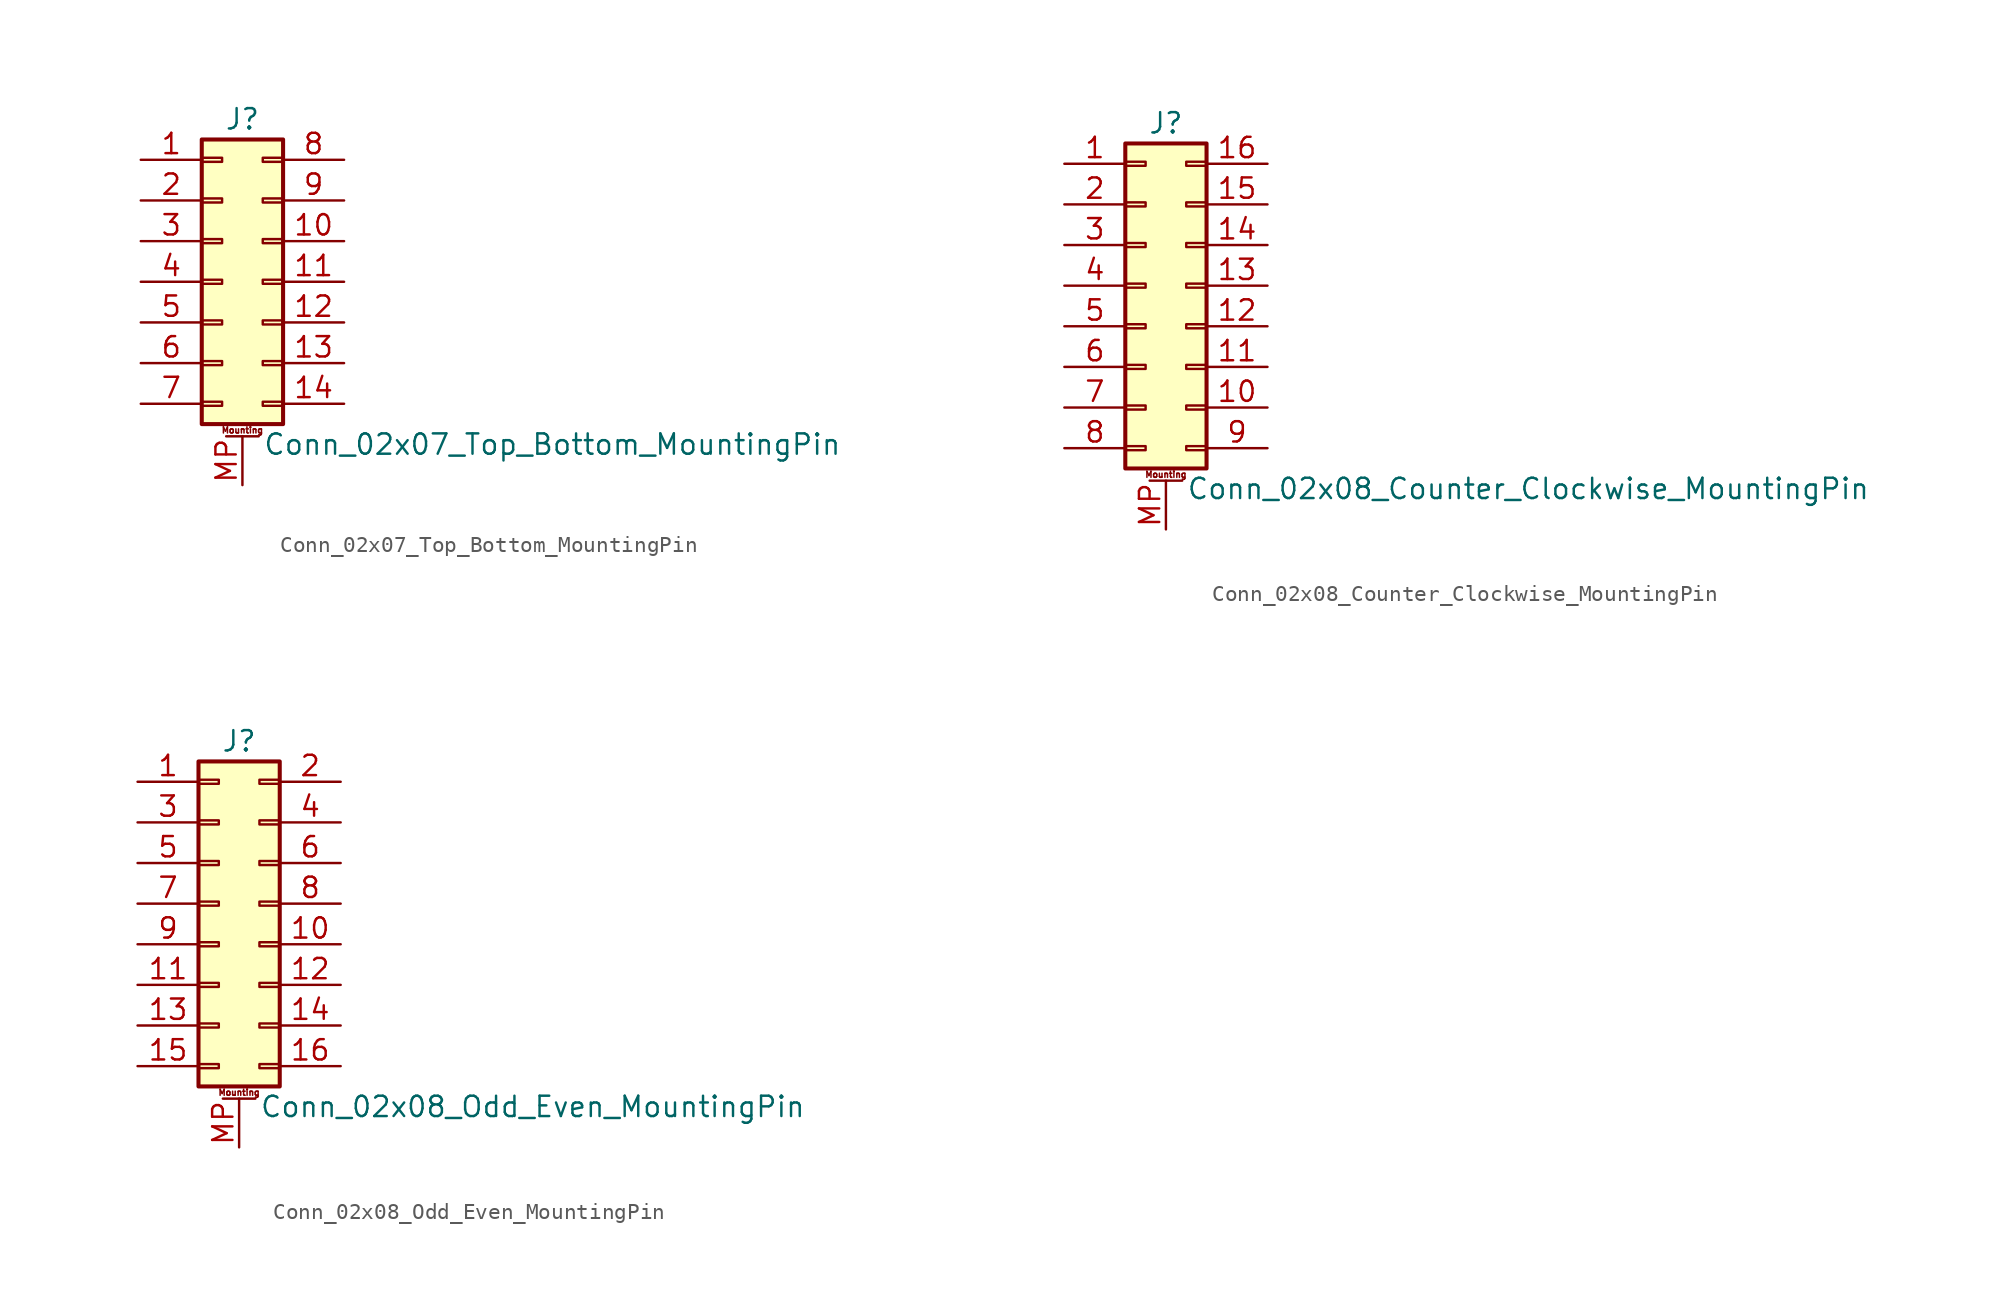
<source format=kicad_sym>
(kicad_symbol_lib
  (version 20201005)
  (generator kicad_symbol_editor)
  (symbol "Connector_Generic_MountingPin:Conn_02x07_Top_Bottom_MountingPin"
    (pin_names
      (offset 1.016) hide)
    (property "Reference" "J"
      (at 1.27 10.16 0)
      (effects (font (size 1.27 1.27))))
    (property "Value" "Conn_02x07_Top_Bottom_MountingPin"
      (at 2.54 -10.16 0)
      (effects (font (size 1.27 1.27)) (justify left)))
    (symbol "Conn_02x07_Top_Bottom_MountingPin_1_1"
      (text "Mounting" (at 1.27 -9.271 0) (effects (font (size 0.381 0.381))))
      (rectangle (start -1.27 -4.953) (end 0 -5.207) (stroke (width 0.152)) (fill (type none)))
      (rectangle (start -1.27 -7.493) (end 0 -7.747) (stroke (width 0.152)) (fill (type none)))
      (rectangle (start -1.27 -2.413) (end 0 -2.667) (stroke (width 0.152)) (fill (type none)))
      (rectangle (start -1.27 2.667) (end 0 2.413) (stroke (width 0.152)) (fill (type none)))
      (rectangle (start -1.27 5.207) (end 0 4.953) (stroke (width 0.152)) (fill (type none)))
      (rectangle (start -1.27 7.747) (end 0 7.493) (stroke (width 0.152)) (fill (type none)))
      (rectangle (start -1.27 8.89) (end 3.81 -8.89) (stroke (width 0.254)) (fill (type background)))
      (rectangle (start -1.27 0.127) (end 0 -0.127) (stroke (width 0.152)) (fill (type none)))
      (rectangle (start 3.81 -4.953) (end 2.54 -5.207) (stroke (width 0.152)) (fill (type none)))
      (rectangle (start 3.81 -7.493) (end 2.54 -7.747) (stroke (width 0.152)) (fill (type none)))
      (rectangle (start 3.81 -2.413) (end 2.54 -2.667) (stroke (width 0.152)) (fill (type none)))
      (rectangle (start 3.81 2.667) (end 2.54 2.413) (stroke (width 0.152)) (fill (type none)))
      (rectangle (start 3.81 5.207) (end 2.54 4.953) (stroke (width 0.152)) (fill (type none)))
      (rectangle (start 3.81 7.747) (end 2.54 7.493) (stroke (width 0.152)) (fill (type none)))
      (rectangle (start 3.81 0.127) (end 2.54 -0.127) (stroke (width 0.152)) (fill (type none)))
      (polyline (pts (xy 0.254 -9.652) (xy 2.286 -9.652)) (stroke (width 0.152)) (fill (type none)))
      (pin passive line (at 1.27 -12.7 90) (length 3.048) (name "MountPin" (effects (font (size 1.27 1.27)))) (number "MP" (effects (font (size 1.27 1.27)))))
      (pin passive line (at -5.08 7.62 0) (length 3.81) (name "Pin_1" (effects (font (size 1.27 1.27)))) (number "1" (effects (font (size 1.27 1.27)))))
      (pin passive line (at 7.62 2.54 180) (length 3.81) (name "Pin_10" (effects (font (size 1.27 1.27)))) (number "10" (effects (font (size 1.27 1.27)))))
      (pin passive line (at 7.62 0 180) (length 3.81) (name "Pin_11" (effects (font (size 1.27 1.27)))) (number "11" (effects (font (size 1.27 1.27)))))
      (pin passive line (at 7.62 -2.54 180) (length 3.81) (name "Pin_12" (effects (font (size 1.27 1.27)))) (number "12" (effects (font (size 1.27 1.27)))))
      (pin passive line (at 7.62 -5.08 180) (length 3.81) (name "Pin_13" (effects (font (size 1.27 1.27)))) (number "13" (effects (font (size 1.27 1.27)))))
      (pin passive line (at 7.62 -7.62 180) (length 3.81) (name "Pin_14" (effects (font (size 1.27 1.27)))) (number "14" (effects (font (size 1.27 1.27)))))
      (pin passive line (at -5.08 5.08 0) (length 3.81) (name "Pin_2" (effects (font (size 1.27 1.27)))) (number "2" (effects (font (size 1.27 1.27)))))
      (pin passive line (at -5.08 2.54 0) (length 3.81) (name "Pin_3" (effects (font (size 1.27 1.27)))) (number "3" (effects (font (size 1.27 1.27)))))
      (pin passive line (at -5.08 0 0) (length 3.81) (name "Pin_4" (effects (font (size 1.27 1.27)))) (number "4" (effects (font (size 1.27 1.27)))))
      (pin passive line (at -5.08 -2.54 0) (length 3.81) (name "Pin_5" (effects (font (size 1.27 1.27)))) (number "5" (effects (font (size 1.27 1.27)))))
      (pin passive line (at -5.08 -5.08 0) (length 3.81) (name "Pin_6" (effects (font (size 1.27 1.27)))) (number "6" (effects (font (size 1.27 1.27)))))
      (pin passive line (at -5.08 -7.62 0) (length 3.81) (name "Pin_7" (effects (font (size 1.27 1.27)))) (number "7" (effects (font (size 1.27 1.27)))))
      (pin passive line (at 7.62 7.62 180) (length 3.81) (name "Pin_8" (effects (font (size 1.27 1.27)))) (number "8" (effects (font (size 1.27 1.27)))))
      (pin passive line (at 7.62 5.08 180) (length 3.81) (name "Pin_9" (effects (font (size 1.27 1.27)))) (number "9" (effects (font (size 1.27 1.27)))))))
  (symbol "Connector_Generic_MountingPin:Conn_02x08_Counter_Clockwise_MountingPin"
    (pin_names
      (offset 1.016) hide)
    (property "Reference" "J"
      (at 1.27 10.16 0)
      (effects (font (size 1.27 1.27))))
    (property "Value" "Conn_02x08_Counter_Clockwise_MountingPin"
      (at 2.54 -12.7 0)
      (effects (font (size 1.27 1.27)) (justify left)))
    (symbol "Conn_02x08_Counter_Clockwise_MountingPin_1_1"
      (text "Mounting" (at 1.27 -11.811 0) (effects (font (size 0.381 0.381))))
      (rectangle (start -1.27 -4.953) (end 0 -5.207) (stroke (width 0.152)) (fill (type none)))
      (rectangle (start -1.27 -7.493) (end 0 -7.747) (stroke (width 0.152)) (fill (type none)))
      (rectangle (start -1.27 -10.033) (end 0 -10.287) (stroke (width 0.152)) (fill (type none)))
      (rectangle (start -1.27 -2.413) (end 0 -2.667) (stroke (width 0.152)) (fill (type none)))
      (rectangle (start -1.27 2.667) (end 0 2.413) (stroke (width 0.152)) (fill (type none)))
      (rectangle (start -1.27 5.207) (end 0 4.953) (stroke (width 0.152)) (fill (type none)))
      (rectangle (start -1.27 7.747) (end 0 7.493) (stroke (width 0.152)) (fill (type none)))
      (rectangle (start -1.27 8.89) (end 3.81 -11.43) (stroke (width 0.254)) (fill (type background)))
      (rectangle (start -1.27 0.127) (end 0 -0.127) (stroke (width 0.152)) (fill (type none)))
      (rectangle (start 3.81 -4.953) (end 2.54 -5.207) (stroke (width 0.152)) (fill (type none)))
      (rectangle (start 3.81 -7.493) (end 2.54 -7.747) (stroke (width 0.152)) (fill (type none)))
      (rectangle (start 3.81 -10.033) (end 2.54 -10.287) (stroke (width 0.152)) (fill (type none)))
      (rectangle (start 3.81 -2.413) (end 2.54 -2.667) (stroke (width 0.152)) (fill (type none)))
      (rectangle (start 3.81 2.667) (end 2.54 2.413) (stroke (width 0.152)) (fill (type none)))
      (rectangle (start 3.81 5.207) (end 2.54 4.953) (stroke (width 0.152)) (fill (type none)))
      (rectangle (start 3.81 7.747) (end 2.54 7.493) (stroke (width 0.152)) (fill (type none)))
      (rectangle (start 3.81 0.127) (end 2.54 -0.127) (stroke (width 0.152)) (fill (type none)))
      (polyline (pts (xy 0.254 -12.192) (xy 2.286 -12.192)) (stroke (width 0.152)) (fill (type none)))
      (pin passive line (at 1.27 -15.24 90) (length 3.048) (name "MountPin" (effects (font (size 1.27 1.27)))) (number "MP" (effects (font (size 1.27 1.27)))))
      (pin passive line (at -5.08 7.62 0) (length 3.81) (name "Pin_1" (effects (font (size 1.27 1.27)))) (number "1" (effects (font (size 1.27 1.27)))))
      (pin passive line (at 7.62 -7.62 180) (length 3.81) (name "Pin_10" (effects (font (size 1.27 1.27)))) (number "10" (effects (font (size 1.27 1.27)))))
      (pin passive line (at 7.62 -5.08 180) (length 3.81) (name "Pin_11" (effects (font (size 1.27 1.27)))) (number "11" (effects (font (size 1.27 1.27)))))
      (pin passive line (at 7.62 -2.54 180) (length 3.81) (name "Pin_12" (effects (font (size 1.27 1.27)))) (number "12" (effects (font (size 1.27 1.27)))))
      (pin passive line (at 7.62 0 180) (length 3.81) (name "Pin_13" (effects (font (size 1.27 1.27)))) (number "13" (effects (font (size 1.27 1.27)))))
      (pin passive line (at 7.62 2.54 180) (length 3.81) (name "Pin_14" (effects (font (size 1.27 1.27)))) (number "14" (effects (font (size 1.27 1.27)))))
      (pin passive line (at 7.62 5.08 180) (length 3.81) (name "Pin_15" (effects (font (size 1.27 1.27)))) (number "15" (effects (font (size 1.27 1.27)))))
      (pin passive line (at 7.62 7.62 180) (length 3.81) (name "Pin_16" (effects (font (size 1.27 1.27)))) (number "16" (effects (font (size 1.27 1.27)))))
      (pin passive line (at -5.08 5.08 0) (length 3.81) (name "Pin_2" (effects (font (size 1.27 1.27)))) (number "2" (effects (font (size 1.27 1.27)))))
      (pin passive line (at -5.08 2.54 0) (length 3.81) (name "Pin_3" (effects (font (size 1.27 1.27)))) (number "3" (effects (font (size 1.27 1.27)))))
      (pin passive line (at -5.08 0 0) (length 3.81) (name "Pin_4" (effects (font (size 1.27 1.27)))) (number "4" (effects (font (size 1.27 1.27)))))
      (pin passive line (at -5.08 -2.54 0) (length 3.81) (name "Pin_5" (effects (font (size 1.27 1.27)))) (number "5" (effects (font (size 1.27 1.27)))))
      (pin passive line (at -5.08 -5.08 0) (length 3.81) (name "Pin_6" (effects (font (size 1.27 1.27)))) (number "6" (effects (font (size 1.27 1.27)))))
      (pin passive line (at -5.08 -7.62 0) (length 3.81) (name "Pin_7" (effects (font (size 1.27 1.27)))) (number "7" (effects (font (size 1.27 1.27)))))
      (pin passive line (at -5.08 -10.16 0) (length 3.81) (name "Pin_8" (effects (font (size 1.27 1.27)))) (number "8" (effects (font (size 1.27 1.27)))))
      (pin passive line (at 7.62 -10.16 180) (length 3.81) (name "Pin_9" (effects (font (size 1.27 1.27)))) (number "9" (effects (font (size 1.27 1.27)))))))
  (symbol "Connector_Generic_MountingPin:Conn_02x08_Odd_Even_MountingPin"
    (pin_names
      (offset 1.016) hide)
    (property "Reference" "J"
      (at 1.27 10.16 0)
      (effects (font (size 1.27 1.27))))
    (property "Value" "Conn_02x08_Odd_Even_MountingPin"
      (at 2.54 -12.7 0)
      (effects (font (size 1.27 1.27)) (justify left)))
    (symbol "Conn_02x08_Odd_Even_MountingPin_1_1"
      (text "Mounting" (at 1.27 -11.811 0) (effects (font (size 0.381 0.381))))
      (rectangle (start -1.27 -4.953) (end 0 -5.207) (stroke (width 0.152)) (fill (type none)))
      (rectangle (start -1.27 -7.493) (end 0 -7.747) (stroke (width 0.152)) (fill (type none)))
      (rectangle (start -1.27 -10.033) (end 0 -10.287) (stroke (width 0.152)) (fill (type none)))
      (rectangle (start -1.27 -2.413) (end 0 -2.667) (stroke (width 0.152)) (fill (type none)))
      (rectangle (start -1.27 2.667) (end 0 2.413) (stroke (width 0.152)) (fill (type none)))
      (rectangle (start -1.27 5.207) (end 0 4.953) (stroke (width 0.152)) (fill (type none)))
      (rectangle (start -1.27 7.747) (end 0 7.493) (stroke (width 0.152)) (fill (type none)))
      (rectangle (start -1.27 8.89) (end 3.81 -11.43) (stroke (width 0.254)) (fill (type background)))
      (rectangle (start -1.27 0.127) (end 0 -0.127) (stroke (width 0.152)) (fill (type none)))
      (rectangle (start 3.81 -4.953) (end 2.54 -5.207) (stroke (width 0.152)) (fill (type none)))
      (rectangle (start 3.81 -7.493) (end 2.54 -7.747) (stroke (width 0.152)) (fill (type none)))
      (rectangle (start 3.81 -10.033) (end 2.54 -10.287) (stroke (width 0.152)) (fill (type none)))
      (rectangle (start 3.81 -2.413) (end 2.54 -2.667) (stroke (width 0.152)) (fill (type none)))
      (rectangle (start 3.81 2.667) (end 2.54 2.413) (stroke (width 0.152)) (fill (type none)))
      (rectangle (start 3.81 5.207) (end 2.54 4.953) (stroke (width 0.152)) (fill (type none)))
      (rectangle (start 3.81 7.747) (end 2.54 7.493) (stroke (width 0.152)) (fill (type none)))
      (rectangle (start 3.81 0.127) (end 2.54 -0.127) (stroke (width 0.152)) (fill (type none)))
      (polyline (pts (xy 0.254 -12.192) (xy 2.286 -12.192)) (stroke (width 0.152)) (fill (type none)))
      (pin passive line (at 1.27 -15.24 90) (length 3.048) (name "MountPin" (effects (font (size 1.27 1.27)))) (number "MP" (effects (font (size 1.27 1.27)))))
      (pin passive line (at -5.08 7.62 0) (length 3.81) (name "Pin_1" (effects (font (size 1.27 1.27)))) (number "1" (effects (font (size 1.27 1.27)))))
      (pin passive line (at 7.62 -2.54 180) (length 3.81) (name "Pin_10" (effects (font (size 1.27 1.27)))) (number "10" (effects (font (size 1.27 1.27)))))
      (pin passive line (at -5.08 -5.08 0) (length 3.81) (name "Pin_11" (effects (font (size 1.27 1.27)))) (number "11" (effects (font (size 1.27 1.27)))))
      (pin passive line (at 7.62 -5.08 180) (length 3.81) (name "Pin_12" (effects (font (size 1.27 1.27)))) (number "12" (effects (font (size 1.27 1.27)))))
      (pin passive line (at -5.08 -7.62 0) (length 3.81) (name "Pin_13" (effects (font (size 1.27 1.27)))) (number "13" (effects (font (size 1.27 1.27)))))
      (pin passive line (at 7.62 -7.62 180) (length 3.81) (name "Pin_14" (effects (font (size 1.27 1.27)))) (number "14" (effects (font (size 1.27 1.27)))))
      (pin passive line (at -5.08 -10.16 0) (length 3.81) (name "Pin_15" (effects (font (size 1.27 1.27)))) (number "15" (effects (font (size 1.27 1.27)))))
      (pin passive line (at 7.62 -10.16 180) (length 3.81) (name "Pin_16" (effects (font (size 1.27 1.27)))) (number "16" (effects (font (size 1.27 1.27)))))
      (pin passive line (at 7.62 7.62 180) (length 3.81) (name "Pin_2" (effects (font (size 1.27 1.27)))) (number "2" (effects (font (size 1.27 1.27)))))
      (pin passive line (at -5.08 5.08 0) (length 3.81) (name "Pin_3" (effects (font (size 1.27 1.27)))) (number "3" (effects (font (size 1.27 1.27)))))
      (pin passive line (at 7.62 5.08 180) (length 3.81) (name "Pin_4" (effects (font (size 1.27 1.27)))) (number "4" (effects (font (size 1.27 1.27)))))
      (pin passive line (at -5.08 2.54 0) (length 3.81) (name "Pin_5" (effects (font (size 1.27 1.27)))) (number "5" (effects (font (size 1.27 1.27)))))
      (pin passive line (at 7.62 2.54 180) (length 3.81) (name "Pin_6" (effects (font (size 1.27 1.27)))) (number "6" (effects (font (size 1.27 1.27)))))
      (pin passive line (at -5.08 0 0) (length 3.81) (name "Pin_7" (effects (font (size 1.27 1.27)))) (number "7" (effects (font (size 1.27 1.27)))))
      (pin passive line (at 7.62 0 180) (length 3.81) (name "Pin_8" (effects (font (size 1.27 1.27)))) (number "8" (effects (font (size 1.27 1.27)))))
      (pin passive line (at -5.08 -2.54 0) (length 3.81) (name "Pin_9" (effects (font (size 1.27 1.27)))) (number "9" (effects (font (size 1.27 1.27))))))))
</source>
